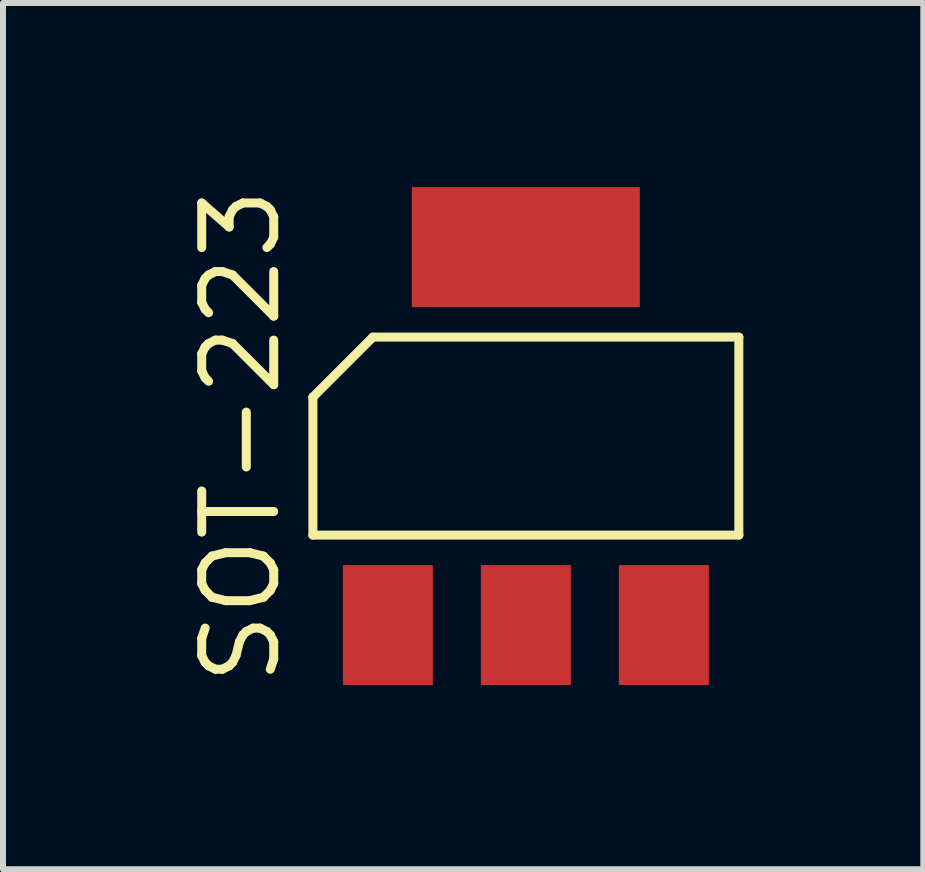
<source format=kicad_pcb>
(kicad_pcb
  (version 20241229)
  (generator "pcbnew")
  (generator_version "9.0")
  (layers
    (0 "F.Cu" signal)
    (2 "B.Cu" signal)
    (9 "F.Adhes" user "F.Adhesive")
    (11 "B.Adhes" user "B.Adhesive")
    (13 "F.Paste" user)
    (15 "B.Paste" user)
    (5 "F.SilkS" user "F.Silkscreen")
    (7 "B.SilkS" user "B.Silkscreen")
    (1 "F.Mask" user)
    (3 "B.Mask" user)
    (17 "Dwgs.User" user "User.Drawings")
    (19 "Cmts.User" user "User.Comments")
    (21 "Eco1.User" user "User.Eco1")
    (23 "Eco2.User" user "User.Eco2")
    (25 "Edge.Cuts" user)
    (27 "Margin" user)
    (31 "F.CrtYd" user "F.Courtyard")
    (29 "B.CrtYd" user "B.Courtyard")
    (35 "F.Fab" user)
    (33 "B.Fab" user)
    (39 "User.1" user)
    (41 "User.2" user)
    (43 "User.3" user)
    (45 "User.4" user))
  (footprint "SOT-223"
    (layer "F.Cu")
    (at 5.715 4.219)
    (property "Reference" "SOT-223" (at -4.75 0 90) (layer "F.SilkS") (effects (font (size 1.2 1.2) (thickness 0.15))))
    (attr through_hole)
    (fp_line (start -3.55 -0.65) (end -3.55 1.65) (stroke (width 0.15) (type solid)) (layer "F.SilkS"))
    (fp_line (start -3.55 1.65) (end 3.55 1.65) (stroke (width 0.15) (type solid)) (layer "F.SilkS"))
    (fp_line (start -2.55 -1.65) (end -3.55 -0.65) (stroke (width 0.15) (type solid)) (layer "F.SilkS"))
    (fp_line (start 3.55 -1.65) (end -2.55 -1.65) (stroke (width 0.15) (type solid)) (layer "F.SilkS"))
    (fp_line (start 3.55 1.65) (end 3.55 -1.65) (stroke (width 0.15) (type solid)) (layer "F.SilkS"))
    (pad "1" smd rect (at -2.3 3.15) (size 1.5 2) (layers "F.Cu" "F.Mask" "F.Paste"))
    (pad "2" smd rect (at 0 3.15) (size 1.5 2) (layers "F.Cu" "F.Mask" "F.Paste"))
    (pad "3" smd rect (at 2.3 3.15) (size 1.5 2) (layers "F.Cu" "F.Mask" "F.Paste"))
    (pad "4" smd rect (at 0 -3.15) (size 3.8 2) (layers "F.Cu" "F.Mask" "F.Paste")))
  (gr_rect
    (start -3 -3)
    (end 12.34 11.439)
    (stroke (width 0.1) (type default))
    (fill no)
    (layer "Edge.Cuts")))
</source>
